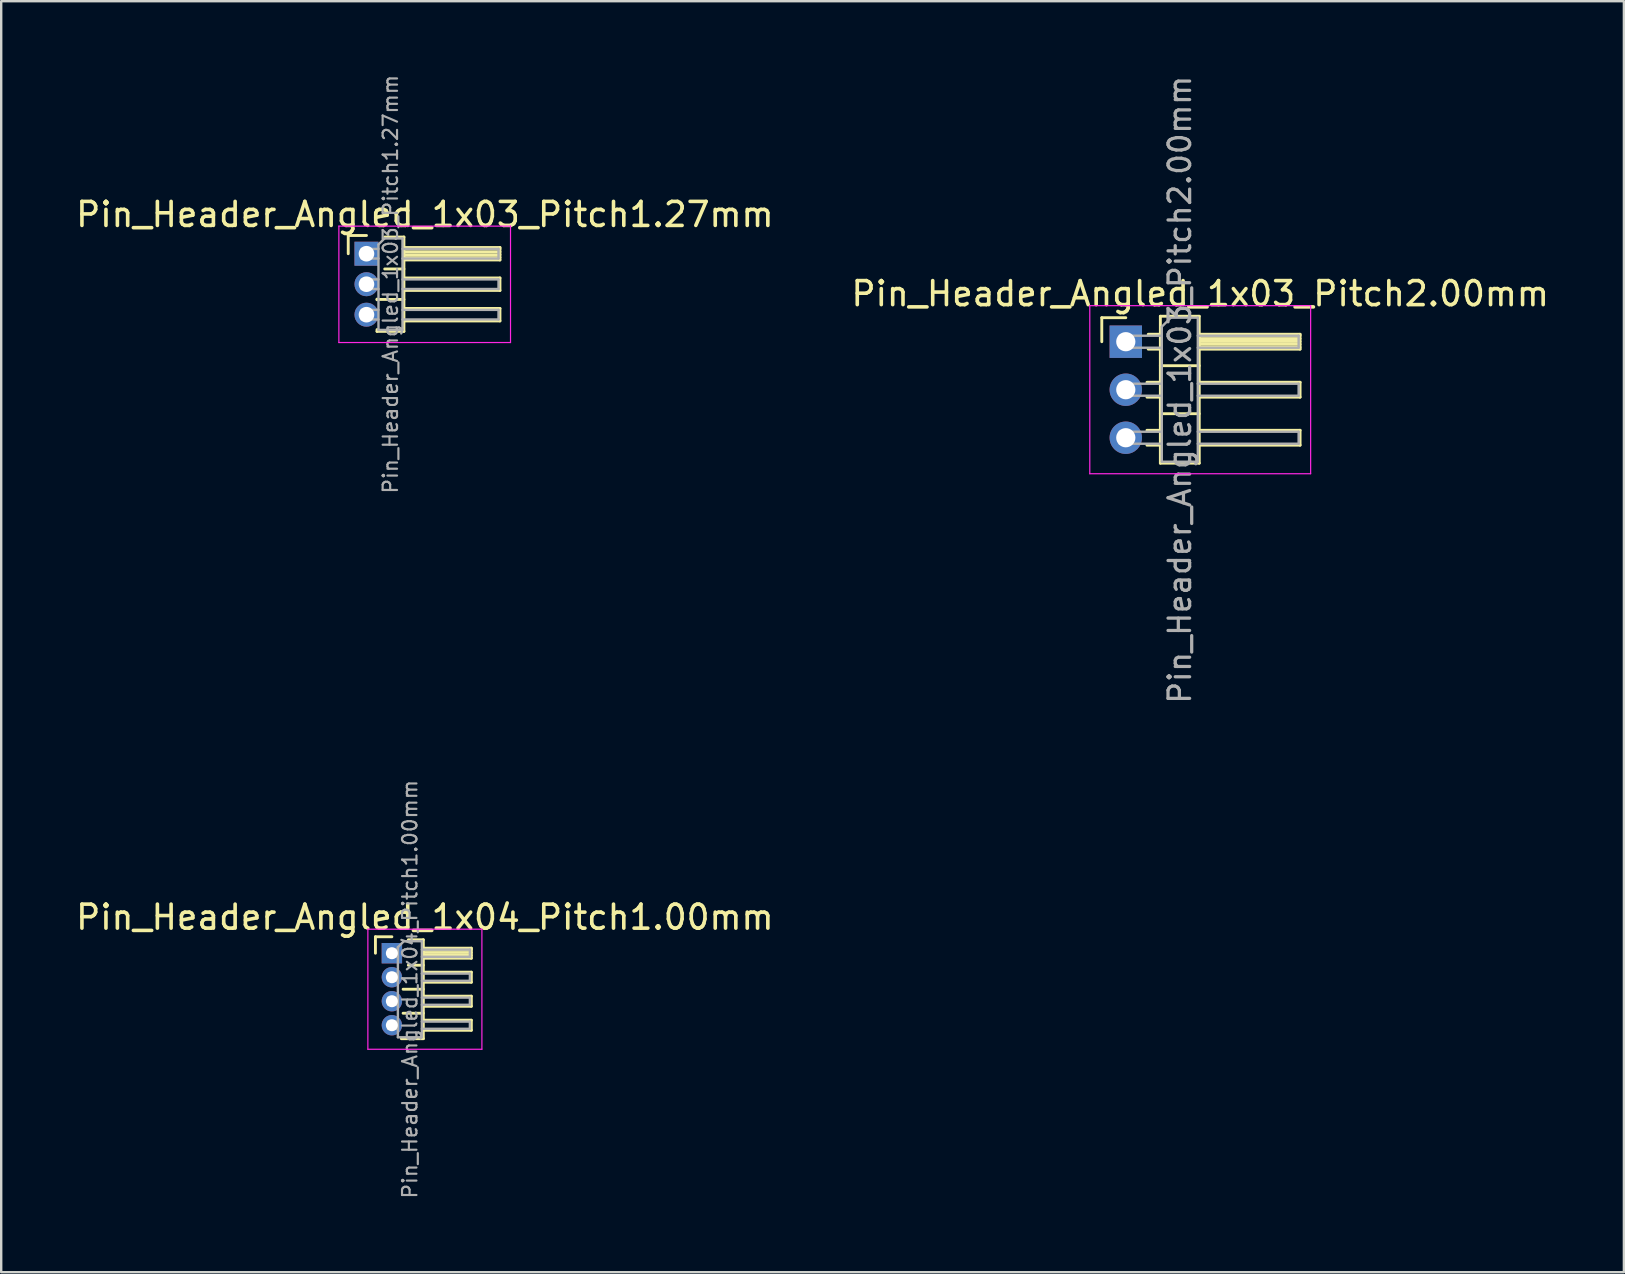
<source format=kicad_pcb>
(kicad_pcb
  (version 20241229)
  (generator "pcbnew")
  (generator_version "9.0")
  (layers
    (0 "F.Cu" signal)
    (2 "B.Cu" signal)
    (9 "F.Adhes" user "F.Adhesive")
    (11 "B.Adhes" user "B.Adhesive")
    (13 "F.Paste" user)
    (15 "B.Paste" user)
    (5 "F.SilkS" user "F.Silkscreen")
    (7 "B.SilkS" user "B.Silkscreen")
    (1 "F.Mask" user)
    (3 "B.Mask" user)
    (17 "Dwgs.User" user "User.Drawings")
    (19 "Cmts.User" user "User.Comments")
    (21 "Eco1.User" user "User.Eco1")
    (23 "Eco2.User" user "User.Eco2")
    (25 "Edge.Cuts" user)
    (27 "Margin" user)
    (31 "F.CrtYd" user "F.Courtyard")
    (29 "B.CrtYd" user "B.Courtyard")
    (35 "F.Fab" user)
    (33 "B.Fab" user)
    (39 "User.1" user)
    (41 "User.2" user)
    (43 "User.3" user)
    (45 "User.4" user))
  (footprint "Pin_Header_Angled_1x04_Pitch1.00mm"
    (layer "F.Cu")
    (at 13.274 36.657)
    (property "Reference" "Pin_Header_Angled_1x04_Pitch1.00mm" (at 1.375 -1.5 0) (layer "F.SilkS") (effects (font (size 1 1) (thickness 0.15))))
    (attr through_hole)
    (fp_line (start -0.685 -0.685) (end 0 -0.685) (stroke (width 0.12) (type solid)) (layer "F.SilkS"))
    (fp_line (start -0.685 0) (end -0.685 -0.685) (stroke (width 0.12) (type solid)) (layer "F.SilkS"))
    (fp_line (start 0.468 1.5) (end 1.31 1.5) (stroke (width 0.12) (type solid)) (layer "F.SilkS"))
    (fp_line (start 0.468 2.5) (end 1.31 2.5) (stroke (width 0.12) (type solid)) (layer "F.SilkS"))
    (fp_line (start 0.685 -0.56) (end 1.31 -0.56) (stroke (width 0.12) (type solid)) (layer "F.SilkS"))
    (fp_line (start 0.685 0.5) (end 1.31 0.5) (stroke (width 0.12) (type solid)) (layer "F.SilkS"))
    (fp_line (start 1.31 -0.56) (end 1.31 3.56) (stroke (width 0.12) (type solid)) (layer "F.SilkS"))
    (fp_line (start 1.31 -0.21) (end 3.31 -0.21) (stroke (width 0.12) (type solid)) (layer "F.SilkS"))
    (fp_line (start 1.31 -0.15) (end 3.31 -0.15) (stroke (width 0.12) (type solid)) (layer "F.SilkS"))
    (fp_line (start 1.31 -0.03) (end 3.31 -0.03) (stroke (width 0.12) (type solid)) (layer "F.SilkS"))
    (fp_line (start 1.31 0.09) (end 3.31 0.09) (stroke (width 0.12) (type solid)) (layer "F.SilkS"))
    (fp_line (start 1.31 0.79) (end 3.31 0.79) (stroke (width 0.12) (type solid)) (layer "F.SilkS"))
    (fp_line (start 1.31 1.79) (end 3.31 1.79) (stroke (width 0.12) (type solid)) (layer "F.SilkS"))
    (fp_line (start 1.31 2.79) (end 3.31 2.79) (stroke (width 0.12) (type solid)) (layer "F.SilkS"))
    (fp_line (start 1.31 3.56) (end 0.394 3.56) (stroke (width 0.12) (type solid)) (layer "F.SilkS"))
    (fp_line (start 3.31 -0.21) (end 3.31 0.21) (stroke (width 0.12) (type solid)) (layer "F.SilkS"))
    (fp_line (start 3.31 0.21) (end 1.31 0.21) (stroke (width 0.12) (type solid)) (layer "F.SilkS"))
    (fp_line (start 3.31 0.79) (end 3.31 1.21) (stroke (width 0.12) (type solid)) (layer "F.SilkS"))
    (fp_line (start 3.31 1.21) (end 1.31 1.21) (stroke (width 0.12) (type solid)) (layer "F.SilkS"))
    (fp_line (start 3.31 1.79) (end 3.31 2.21) (stroke (width 0.12) (type solid)) (layer "F.SilkS"))
    (fp_line (start 3.31 2.21) (end 1.31 2.21) (stroke (width 0.12) (type solid)) (layer "F.SilkS"))
    (fp_line (start 3.31 2.79) (end 3.31 3.21) (stroke (width 0.12) (type solid)) (layer "F.SilkS"))
    (fp_line (start 3.31 3.21) (end 1.31 3.21) (stroke (width 0.12) (type solid)) (layer "F.SilkS"))
    (fp_line (start -1 -1) (end -1 4) (stroke (width 0.05) (type solid)) (layer "F.CrtYd"))
    (fp_line (start -1 4) (end 3.75 4) (stroke (width 0.05) (type solid)) (layer "F.CrtYd"))
    (fp_line (start 3.75 -1) (end -1 -1) (stroke (width 0.05) (type solid)) (layer "F.CrtYd"))
    (fp_line (start 3.75 4) (end 3.75 -1) (stroke (width 0.05) (type solid)) (layer "F.CrtYd"))
    (fp_line (start -0.15 -0.15) (end -0.15 0.15) (stroke (width 0.1) (type solid)) (layer "F.Fab"))
    (fp_line (start -0.15 -0.15) (end 0.25 -0.15) (stroke (width 0.1) (type solid)) (layer "F.Fab"))
    (fp_line (start -0.15 0.15) (end 0.25 0.15) (stroke (width 0.1) (type solid)) (layer "F.Fab"))
    (fp_line (start -0.15 0.85) (end -0.15 1.15) (stroke (width 0.1) (type solid)) (layer "F.Fab"))
    (fp_line (start -0.15 0.85) (end 0.25 0.85) (stroke (width 0.1) (type solid)) (layer "F.Fab"))
    (fp_line (start -0.15 1.15) (end 0.25 1.15) (stroke (width 0.1) (type solid)) (layer "F.Fab"))
    (fp_line (start -0.15 1.85) (end -0.15 2.15) (stroke (width 0.1) (type solid)) (layer "F.Fab"))
    (fp_line (start -0.15 1.85) (end 0.25 1.85) (stroke (width 0.1) (type solid)) (layer "F.Fab"))
    (fp_line (start -0.15 2.15) (end 0.25 2.15) (stroke (width 0.1) (type solid)) (layer "F.Fab"))
    (fp_line (start -0.15 2.85) (end -0.15 3.15) (stroke (width 0.1) (type solid)) (layer "F.Fab"))
    (fp_line (start -0.15 2.85) (end 0.25 2.85) (stroke (width 0.1) (type solid)) (layer "F.Fab"))
    (fp_line (start -0.15 3.15) (end 0.25 3.15) (stroke (width 0.1) (type solid)) (layer "F.Fab"))
    (fp_line (start 0.25 -0.25) (end 0.5 -0.5) (stroke (width 0.1) (type solid)) (layer "F.Fab"))
    (fp_line (start 0.25 3.5) (end 0.25 -0.25) (stroke (width 0.1) (type solid)) (layer "F.Fab"))
    (fp_line (start 0.5 -0.5) (end 1.25 -0.5) (stroke (width 0.1) (type solid)) (layer "F.Fab"))
    (fp_line (start 1.25 -0.5) (end 1.25 3.5) (stroke (width 0.1) (type solid)) (layer "F.Fab"))
    (fp_line (start 1.25 -0.15) (end 3.25 -0.15) (stroke (width 0.1) (type solid)) (layer "F.Fab"))
    (fp_line (start 1.25 0.15) (end 3.25 0.15) (stroke (width 0.1) (type solid)) (layer "F.Fab"))
    (fp_line (start 1.25 0.85) (end 3.25 0.85) (stroke (width 0.1) (type solid)) (layer "F.Fab"))
    (fp_line (start 1.25 1.15) (end 3.25 1.15) (stroke (width 0.1) (type solid)) (layer "F.Fab"))
    (fp_line (start 1.25 1.85) (end 3.25 1.85) (stroke (width 0.1) (type solid)) (layer "F.Fab"))
    (fp_line (start 1.25 2.15) (end 3.25 2.15) (stroke (width 0.1) (type solid)) (layer "F.Fab"))
    (fp_line (start 1.25 2.85) (end 3.25 2.85) (stroke (width 0.1) (type solid)) (layer "F.Fab"))
    (fp_line (start 1.25 3.15) (end 3.25 3.15) (stroke (width 0.1) (type solid)) (layer "F.Fab"))
    (fp_line (start 1.25 3.5) (end 0.25 3.5) (stroke (width 0.1) (type solid)) (layer "F.Fab"))
    (fp_line (start 3.25 -0.15) (end 3.25 0.15) (stroke (width 0.1) (type solid)) (layer "F.Fab"))
    (fp_line (start 3.25 0.85) (end 3.25 1.15) (stroke (width 0.1) (type solid)) (layer "F.Fab"))
    (fp_line (start 3.25 1.85) (end 3.25 2.15) (stroke (width 0.1) (type solid)) (layer "F.Fab"))
    (fp_line (start 3.25 2.85) (end 3.25 3.15) (stroke (width 0.1) (type solid)) (layer "F.Fab"))
    (fp_text user "${REFERENCE}" (at 0.75 1.5 90) (layer "F.Fab") (effects (font (size 0.6 0.6) (thickness 0.09))))
    (pad "1" thru_hole rect (at 0 0) (size 0.85 0.85) (drill 0.5) (layers "*.Cu" "*.Mask"))
    (pad "2" thru_hole oval (at 0 1) (size 0.85 0.85) (drill 0.5) (layers "*.Cu" "*.Mask"))
    (pad "3" thru_hole oval (at 0 2) (size 0.85 0.85) (drill 0.5) (layers "*.Cu" "*.Mask"))
    (pad "4" thru_hole oval (at 0 3) (size 0.85 0.85) (drill 0.5) (layers "*.Cu" "*.Mask")))
  (footprint "Pin_Header_Angled_1x03_Pitch2.00mm"
    (layer "F.Cu")
    (at 43.846 11.184)
    (property "Reference" "Pin_Header_Angled_1x03_Pitch2.00mm" (at 3.1 -2 0) (layer "F.SilkS") (effects (font (size 1 1) (thickness 0.15))))
    (attr through_hole)
    (fp_line (start -1 -1) (end 0 -1) (stroke (width 0.12) (type solid)) (layer "F.SilkS"))
    (fp_line (start -1 0) (end -1 -1) (stroke (width 0.12) (type solid)) (layer "F.SilkS"))
    (fp_line (start 0.882 1.69) (end 1.44 1.69) (stroke (width 0.12) (type solid)) (layer "F.SilkS"))
    (fp_line (start 0.882 2.31) (end 1.44 2.31) (stroke (width 0.12) (type solid)) (layer "F.SilkS"))
    (fp_line (start 0.882 3.69) (end 1.44 3.69) (stroke (width 0.12) (type solid)) (layer "F.SilkS"))
    (fp_line (start 0.882 4.31) (end 1.44 4.31) (stroke (width 0.12) (type solid)) (layer "F.SilkS"))
    (fp_line (start 0.935 -0.31) (end 1.44 -0.31) (stroke (width 0.12) (type solid)) (layer "F.SilkS"))
    (fp_line (start 0.935 0.31) (end 1.44 0.31) (stroke (width 0.12) (type solid)) (layer "F.SilkS"))
    (fp_line (start 1.44 -1.06) (end 1.44 5.06) (stroke (width 0.12) (type solid)) (layer "F.SilkS"))
    (fp_line (start 1.44 1) (end 3.06 1) (stroke (width 0.12) (type solid)) (layer "F.SilkS"))
    (fp_line (start 1.44 3) (end 3.06 3) (stroke (width 0.12) (type solid)) (layer "F.SilkS"))
    (fp_line (start 1.44 5.06) (end 3.06 5.06) (stroke (width 0.12) (type solid)) (layer "F.SilkS"))
    (fp_line (start 3.06 -1.06) (end 1.44 -1.06) (stroke (width 0.12) (type solid)) (layer "F.SilkS"))
    (fp_line (start 3.06 -0.31) (end 7.26 -0.31) (stroke (width 0.12) (type solid)) (layer "F.SilkS"))
    (fp_line (start 3.06 -0.25) (end 7.26 -0.25) (stroke (width 0.12) (type solid)) (layer "F.SilkS"))
    (fp_line (start 3.06 -0.13) (end 7.26 -0.13) (stroke (width 0.12) (type solid)) (layer "F.SilkS"))
    (fp_line (start 3.06 -0.01) (end 7.26 -0.01) (stroke (width 0.12) (type solid)) (layer "F.SilkS"))
    (fp_line (start 3.06 0.11) (end 7.26 0.11) (stroke (width 0.12) (type solid)) (layer "F.SilkS"))
    (fp_line (start 3.06 0.23) (end 7.26 0.23) (stroke (width 0.12) (type solid)) (layer "F.SilkS"))
    (fp_line (start 3.06 1.69) (end 7.26 1.69) (stroke (width 0.12) (type solid)) (layer "F.SilkS"))
    (fp_line (start 3.06 3.69) (end 7.26 3.69) (stroke (width 0.12) (type solid)) (layer "F.SilkS"))
    (fp_line (start 3.06 5.06) (end 3.06 -1.06) (stroke (width 0.12) (type solid)) (layer "F.SilkS"))
    (fp_line (start 7.26 -0.31) (end 7.26 0.31) (stroke (width 0.12) (type solid)) (layer "F.SilkS"))
    (fp_line (start 7.26 0.31) (end 3.06 0.31) (stroke (width 0.12) (type solid)) (layer "F.SilkS"))
    (fp_line (start 7.26 1.69) (end 7.26 2.31) (stroke (width 0.12) (type solid)) (layer "F.SilkS"))
    (fp_line (start 7.26 2.31) (end 3.06 2.31) (stroke (width 0.12) (type solid)) (layer "F.SilkS"))
    (fp_line (start 7.26 3.69) (end 7.26 4.31) (stroke (width 0.12) (type solid)) (layer "F.SilkS"))
    (fp_line (start 7.26 4.31) (end 3.06 4.31) (stroke (width 0.12) (type solid)) (layer "F.SilkS"))
    (fp_line (start -1.5 -1.5) (end -1.5 5.5) (stroke (width 0.05) (type solid)) (layer "F.CrtYd"))
    (fp_line (start -1.5 5.5) (end 7.7 5.5) (stroke (width 0.05) (type solid)) (layer "F.CrtYd"))
    (fp_line (start 7.7 -1.5) (end -1.5 -1.5) (stroke (width 0.05) (type solid)) (layer "F.CrtYd"))
    (fp_line (start 7.7 5.5) (end 7.7 -1.5) (stroke (width 0.05) (type solid)) (layer "F.CrtYd"))
    (fp_line (start -0.25 -0.25) (end -0.25 0.25) (stroke (width 0.1) (type solid)) (layer "F.Fab"))
    (fp_line (start -0.25 -0.25) (end 1.5 -0.25) (stroke (width 0.1) (type solid)) (layer "F.Fab"))
    (fp_line (start -0.25 0.25) (end 1.5 0.25) (stroke (width 0.1) (type solid)) (layer "F.Fab"))
    (fp_line (start -0.25 1.75) (end -0.25 2.25) (stroke (width 0.1) (type solid)) (layer "F.Fab"))
    (fp_line (start -0.25 1.75) (end 1.5 1.75) (stroke (width 0.1) (type solid)) (layer "F.Fab"))
    (fp_line (start -0.25 2.25) (end 1.5 2.25) (stroke (width 0.1) (type solid)) (layer "F.Fab"))
    (fp_line (start -0.25 3.75) (end -0.25 4.25) (stroke (width 0.1) (type solid)) (layer "F.Fab"))
    (fp_line (start -0.25 3.75) (end 1.5 3.75) (stroke (width 0.1) (type solid)) (layer "F.Fab"))
    (fp_line (start -0.25 4.25) (end 1.5 4.25) (stroke (width 0.1) (type solid)) (layer "F.Fab"))
    (fp_line (start 1.5 -0.625) (end 1.875 -1) (stroke (width 0.1) (type solid)) (layer "F.Fab"))
    (fp_line (start 1.5 5) (end 1.5 -0.625) (stroke (width 0.1) (type solid)) (layer "F.Fab"))
    (fp_line (start 1.875 -1) (end 3 -1) (stroke (width 0.1) (type solid)) (layer "F.Fab"))
    (fp_line (start 3 -1) (end 3 5) (stroke (width 0.1) (type solid)) (layer "F.Fab"))
    (fp_line (start 3 -0.25) (end 7.2 -0.25) (stroke (width 0.1) (type solid)) (layer "F.Fab"))
    (fp_line (start 3 0.25) (end 7.2 0.25) (stroke (width 0.1) (type solid)) (layer "F.Fab"))
    (fp_line (start 3 1.75) (end 7.2 1.75) (stroke (width 0.1) (type solid)) (layer "F.Fab"))
    (fp_line (start 3 2.25) (end 7.2 2.25) (stroke (width 0.1) (type solid)) (layer "F.Fab"))
    (fp_line (start 3 3.75) (end 7.2 3.75) (stroke (width 0.1) (type solid)) (layer "F.Fab"))
    (fp_line (start 3 4.25) (end 7.2 4.25) (stroke (width 0.1) (type solid)) (layer "F.Fab"))
    (fp_line (start 3 5) (end 1.5 5) (stroke (width 0.1) (type solid)) (layer "F.Fab"))
    (fp_line (start 7.2 -0.25) (end 7.2 0.25) (stroke (width 0.1) (type solid)) (layer "F.Fab"))
    (fp_line (start 7.2 1.75) (end 7.2 2.25) (stroke (width 0.1) (type solid)) (layer "F.Fab"))
    (fp_line (start 7.2 3.75) (end 7.2 4.25) (stroke (width 0.1) (type solid)) (layer "F.Fab"))
    (fp_text user "${REFERENCE}" (at 2.25 2 90) (layer "F.Fab") (effects (font (size 0.9 0.9) (thickness 0.135))))
    (pad "1" thru_hole rect (at 0 0) (size 1.35 1.35) (drill 0.8) (layers "*.Cu" "*.Mask"))
    (pad "2" thru_hole oval (at 0 2) (size 1.35 1.35) (drill 0.8) (layers "*.Cu" "*.Mask"))
    (pad "3" thru_hole oval (at 0 4) (size 1.35 1.35) (drill 0.8) (layers "*.Cu" "*.Mask")))
  (footprint "Pin_Header_Angled_1x03_Pitch1.27mm"
    (layer "F.Cu")
    (at 12.216 7.519)
    (property "Reference" "Pin_Header_Angled_1x03_Pitch1.27mm" (at 2.433 -1.635 0) (layer "F.SilkS") (effects (font (size 1 1) (thickness 0.15))))
    (attr through_hole)
    (fp_line (start -0.76 -0.76) (end 0 -0.76) (stroke (width 0.12) (type solid)) (layer "F.SilkS"))
    (fp_line (start -0.76 0) (end -0.76 -0.76) (stroke (width 0.12) (type solid)) (layer "F.SilkS"))
    (fp_line (start 0.44 1.89) (end 0.44 1.92) (stroke (width 0.12) (type solid)) (layer "F.SilkS"))
    (fp_line (start 0.44 1.905) (end 1.56 1.905) (stroke (width 0.12) (type solid)) (layer "F.SilkS"))
    (fp_line (start 0.44 3.235) (end 0.44 3.16) (stroke (width 0.12) (type solid)) (layer "F.SilkS"))
    (fp_line (start 0.76 -0.695) (end 1.56 -0.695) (stroke (width 0.12) (type solid)) (layer "F.SilkS"))
    (fp_line (start 0.76 0.635) (end 1.56 0.635) (stroke (width 0.12) (type solid)) (layer "F.SilkS"))
    (fp_line (start 1.56 -0.695) (end 1.56 3.235) (stroke (width 0.12) (type solid)) (layer "F.SilkS"))
    (fp_line (start 1.56 -0.26) (end 5.56 -0.26) (stroke (width 0.12) (type solid)) (layer "F.SilkS"))
    (fp_line (start 1.56 -0.2) (end 5.56 -0.2) (stroke (width 0.12) (type solid)) (layer "F.SilkS"))
    (fp_line (start 1.56 -0.08) (end 5.56 -0.08) (stroke (width 0.12) (type solid)) (layer "F.SilkS"))
    (fp_line (start 1.56 0.04) (end 5.56 0.04) (stroke (width 0.12) (type solid)) (layer "F.SilkS"))
    (fp_line (start 1.56 0.16) (end 5.56 0.16) (stroke (width 0.12) (type solid)) (layer "F.SilkS"))
    (fp_line (start 1.56 1.01) (end 5.56 1.01) (stroke (width 0.12) (type solid)) (layer "F.SilkS"))
    (fp_line (start 1.56 2.28) (end 5.56 2.28) (stroke (width 0.12) (type solid)) (layer "F.SilkS"))
    (fp_line (start 1.56 3.235) (end 0.44 3.235) (stroke (width 0.12) (type solid)) (layer "F.SilkS"))
    (fp_line (start 5.56 -0.26) (end 5.56 0.26) (stroke (width 0.12) (type solid)) (layer "F.SilkS"))
    (fp_line (start 5.56 0.26) (end 1.56 0.26) (stroke (width 0.12) (type solid)) (layer "F.SilkS"))
    (fp_line (start 5.56 1.01) (end 5.56 1.53) (stroke (width 0.12) (type solid)) (layer "F.SilkS"))
    (fp_line (start 5.56 1.53) (end 1.56 1.53) (stroke (width 0.12) (type solid)) (layer "F.SilkS"))
    (fp_line (start 5.56 2.28) (end 5.56 2.8) (stroke (width 0.12) (type solid)) (layer "F.SilkS"))
    (fp_line (start 5.56 2.8) (end 1.56 2.8) (stroke (width 0.12) (type solid)) (layer "F.SilkS"))
    (fp_line (start -1.15 -1.15) (end -1.15 3.7) (stroke (width 0.05) (type solid)) (layer "F.CrtYd"))
    (fp_line (start -1.15 3.7) (end 6 3.7) (stroke (width 0.05) (type solid)) (layer "F.CrtYd"))
    (fp_line (start 6 -1.15) (end -1.15 -1.15) (stroke (width 0.05) (type solid)) (layer "F.CrtYd"))
    (fp_line (start 6 3.7) (end 6 -1.15) (stroke (width 0.05) (type solid)) (layer "F.CrtYd"))
    (fp_line (start -0.2 -0.2) (end -0.2 0.2) (stroke (width 0.1) (type solid)) (layer "F.Fab"))
    (fp_line (start -0.2 -0.2) (end 0.5 -0.2) (stroke (width 0.1) (type solid)) (layer "F.Fab"))
    (fp_line (start -0.2 0.2) (end 0.5 0.2) (stroke (width 0.1) (type solid)) (layer "F.Fab"))
    (fp_line (start -0.2 1.07) (end -0.2 1.47) (stroke (width 0.1) (type solid)) (layer "F.Fab"))
    (fp_line (start -0.2 1.07) (end 0.5 1.07) (stroke (width 0.1) (type solid)) (layer "F.Fab"))
    (fp_line (start -0.2 1.47) (end 0.5 1.47) (stroke (width 0.1) (type solid)) (layer "F.Fab"))
    (fp_line (start -0.2 2.34) (end -0.2 2.74) (stroke (width 0.1) (type solid)) (layer "F.Fab"))
    (fp_line (start -0.2 2.34) (end 0.5 2.34) (stroke (width 0.1) (type solid)) (layer "F.Fab"))
    (fp_line (start -0.2 2.74) (end 0.5 2.74) (stroke (width 0.1) (type solid)) (layer "F.Fab"))
    (fp_line (start 0.5 -0.385) (end 0.75 -0.635) (stroke (width 0.1) (type solid)) (layer "F.Fab"))
    (fp_line (start 0.5 3.175) (end 0.5 -0.385) (stroke (width 0.1) (type solid)) (layer "F.Fab"))
    (fp_line (start 0.75 -0.635) (end 1.5 -0.635) (stroke (width 0.1) (type solid)) (layer "F.Fab"))
    (fp_line (start 1.5 -0.635) (end 1.5 3.175) (stroke (width 0.1) (type solid)) (layer "F.Fab"))
    (fp_line (start 1.5 -0.2) (end 5.5 -0.2) (stroke (width 0.1) (type solid)) (layer "F.Fab"))
    (fp_line (start 1.5 0.2) (end 5.5 0.2) (stroke (width 0.1) (type solid)) (layer "F.Fab"))
    (fp_line (start 1.5 1.07) (end 5.5 1.07) (stroke (width 0.1) (type solid)) (layer "F.Fab"))
    (fp_line (start 1.5 1.47) (end 5.5 1.47) (stroke (width 0.1) (type solid)) (layer "F.Fab"))
    (fp_line (start 1.5 2.34) (end 5.5 2.34) (stroke (width 0.1) (type solid)) (layer "F.Fab"))
    (fp_line (start 1.5 2.74) (end 5.5 2.74) (stroke (width 0.1) (type solid)) (layer "F.Fab"))
    (fp_line (start 1.5 3.175) (end 0.5 3.175) (stroke (width 0.1) (type solid)) (layer "F.Fab"))
    (fp_line (start 5.5 -0.2) (end 5.5 0.2) (stroke (width 0.1) (type solid)) (layer "F.Fab"))
    (fp_line (start 5.5 1.07) (end 5.5 1.47) (stroke (width 0.1) (type solid)) (layer "F.Fab"))
    (fp_line (start 5.5 2.34) (end 5.5 2.74) (stroke (width 0.1) (type solid)) (layer "F.Fab"))
    (fp_text user "${REFERENCE}" (at 1 1.27 90) (layer "F.Fab") (effects (font (size 0.6 0.6) (thickness 0.09))))
    (pad "1" thru_hole rect (at 0 0) (size 1 1) (drill 0.65) (layers "*.Cu" "*.Mask"))
    (pad "2" thru_hole oval (at 0 1.27) (size 1 1) (drill 0.65) (layers "*.Cu" "*.Mask"))
    (pad "3" thru_hole oval (at 0 2.54) (size 1 1) (drill 0.65) (layers "*.Cu" "*.Mask")))
  (gr_rect
    (start -3 -3)
    (end 64.595 49.946)
    (stroke (width 0.1) (type default))
    (fill no)
    (layer "Edge.Cuts")))
</source>
